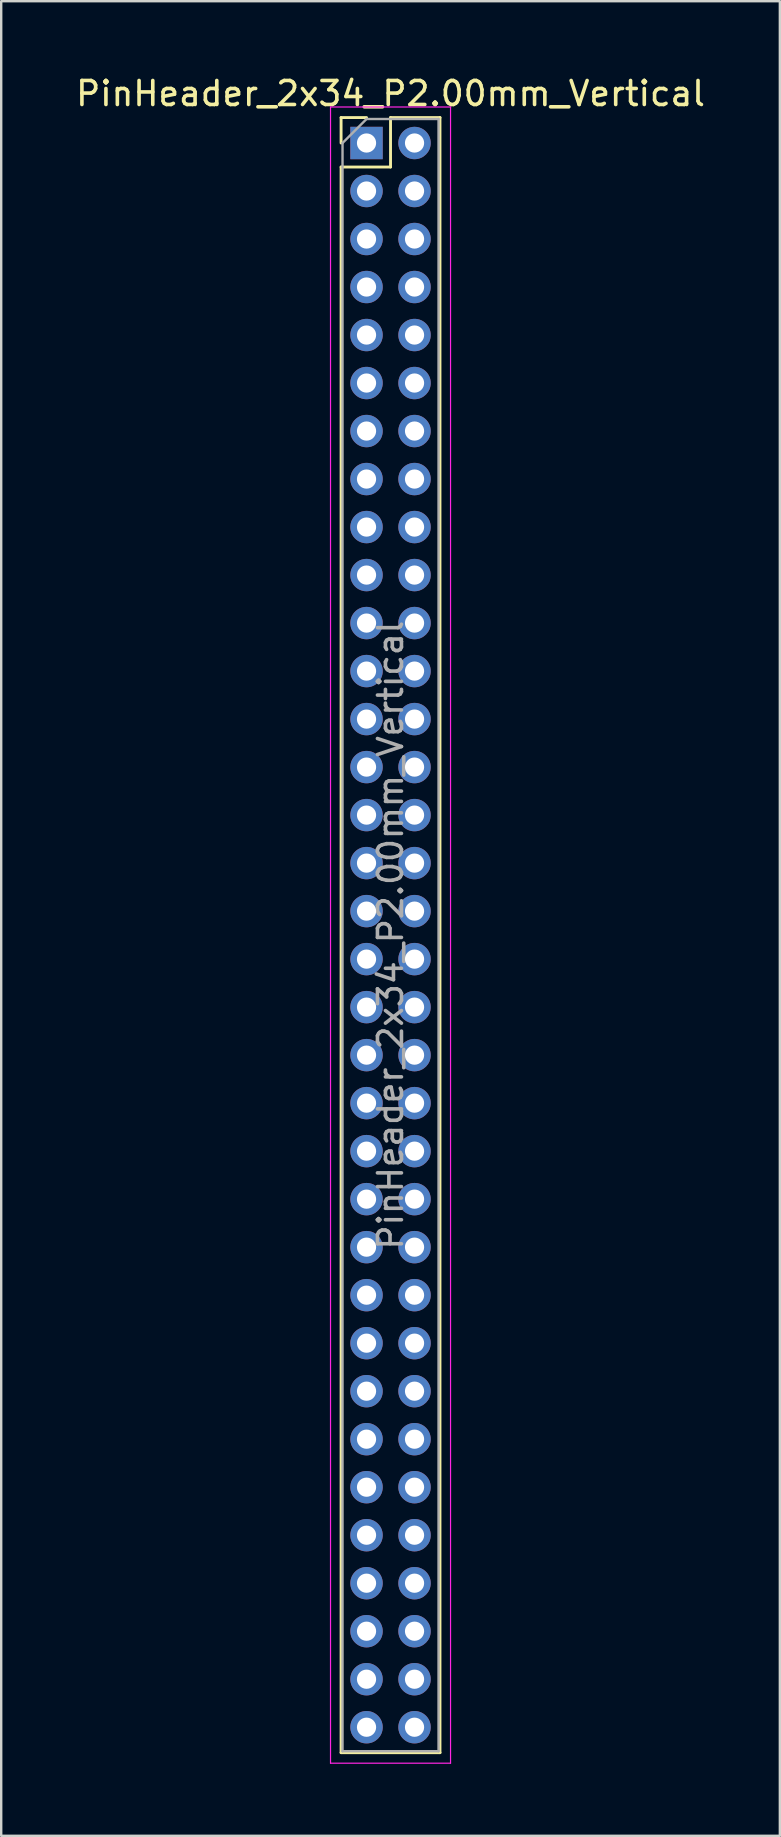
<source format=kicad_pcb>
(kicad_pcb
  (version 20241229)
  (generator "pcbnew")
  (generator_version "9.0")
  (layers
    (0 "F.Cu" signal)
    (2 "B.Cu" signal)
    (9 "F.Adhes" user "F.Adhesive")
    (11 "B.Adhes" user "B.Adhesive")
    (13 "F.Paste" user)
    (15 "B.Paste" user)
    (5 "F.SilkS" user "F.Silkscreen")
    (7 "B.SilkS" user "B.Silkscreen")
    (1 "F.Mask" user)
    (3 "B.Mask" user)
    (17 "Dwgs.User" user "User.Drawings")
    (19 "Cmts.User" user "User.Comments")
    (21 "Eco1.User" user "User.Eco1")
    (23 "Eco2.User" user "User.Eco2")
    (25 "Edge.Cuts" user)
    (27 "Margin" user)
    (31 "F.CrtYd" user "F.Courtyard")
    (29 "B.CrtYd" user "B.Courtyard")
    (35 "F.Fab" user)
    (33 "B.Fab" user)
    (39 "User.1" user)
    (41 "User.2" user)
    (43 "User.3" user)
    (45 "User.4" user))
  (footprint "PinHeader_2x34_P2.00mm_Vertical"
    (layer "F.Cu")
    (at 12.22 2.908)
    (property "Reference" "PinHeader_2x34_P2.00mm_Vertical" (at 1 -2.06 0) (layer "F.SilkS") (effects (font (size 1 1) (thickness 0.15))))
    (attr through_hole)
    (fp_line (start -1.06 -1.06) (end 0 -1.06) (stroke (width 0.12) (type solid)) (layer "F.SilkS"))
    (fp_line (start -1.06 0) (end -1.06 -1.06) (stroke (width 0.12) (type solid)) (layer "F.SilkS"))
    (fp_line (start -1.06 1) (end -1.06 67.06) (stroke (width 0.12) (type solid)) (layer "F.SilkS"))
    (fp_line (start -1.06 1) (end 1 1) (stroke (width 0.12) (type solid)) (layer "F.SilkS"))
    (fp_line (start -1.06 67.06) (end 3.06 67.06) (stroke (width 0.12) (type solid)) (layer "F.SilkS"))
    (fp_line (start 1 -1.06) (end 3.06 -1.06) (stroke (width 0.12) (type solid)) (layer "F.SilkS"))
    (fp_line (start 1 1) (end 1 -1.06) (stroke (width 0.12) (type solid)) (layer "F.SilkS"))
    (fp_line (start 3.06 -1.06) (end 3.06 67.06) (stroke (width 0.12) (type solid)) (layer "F.SilkS"))
    (fp_line (start -1.5 -1.5) (end -1.5 67.5) (stroke (width 0.05) (type solid)) (layer "F.CrtYd"))
    (fp_line (start -1.5 67.5) (end 3.5 67.5) (stroke (width 0.05) (type solid)) (layer "F.CrtYd"))
    (fp_line (start 3.5 -1.5) (end -1.5 -1.5) (stroke (width 0.05) (type solid)) (layer "F.CrtYd"))
    (fp_line (start 3.5 67.5) (end 3.5 -1.5) (stroke (width 0.05) (type solid)) (layer "F.CrtYd"))
    (fp_line (start -1 0) (end 0 -1) (stroke (width 0.1) (type solid)) (layer "F.Fab"))
    (fp_line (start -1 67) (end -1 0) (stroke (width 0.1) (type solid)) (layer "F.Fab"))
    (fp_line (start 0 -1) (end 3 -1) (stroke (width 0.1) (type solid)) (layer "F.Fab"))
    (fp_line (start 3 -1) (end 3 67) (stroke (width 0.1) (type solid)) (layer "F.Fab"))
    (fp_line (start 3 67) (end -1 67) (stroke (width 0.1) (type solid)) (layer "F.Fab"))
    (fp_text user "${REFERENCE}" (at 1 33 90) (layer "F.Fab") (effects (font (size 1 1) (thickness 0.15))))
    (pad "1" thru_hole rect (at 0 0) (size 1.35 1.35) (drill 0.8) (layers "*.Cu" "*.Mask"))
    (pad "2" thru_hole oval (at 2 0) (size 1.35 1.35) (drill 0.8) (layers "*.Cu" "*.Mask"))
    (pad "3" thru_hole oval (at 0 2) (size 1.35 1.35) (drill 0.8) (layers "*.Cu" "*.Mask"))
    (pad "4" thru_hole oval (at 2 2) (size 1.35 1.35) (drill 0.8) (layers "*.Cu" "*.Mask"))
    (pad "5" thru_hole oval (at 0 4) (size 1.35 1.35) (drill 0.8) (layers "*.Cu" "*.Mask"))
    (pad "6" thru_hole oval (at 2 4) (size 1.35 1.35) (drill 0.8) (layers "*.Cu" "*.Mask"))
    (pad "7" thru_hole oval (at 0 6) (size 1.35 1.35) (drill 0.8) (layers "*.Cu" "*.Mask"))
    (pad "8" thru_hole oval (at 2 6) (size 1.35 1.35) (drill 0.8) (layers "*.Cu" "*.Mask"))
    (pad "9" thru_hole oval (at 0 8) (size 1.35 1.35) (drill 0.8) (layers "*.Cu" "*.Mask"))
    (pad "10" thru_hole oval (at 2 8) (size 1.35 1.35) (drill 0.8) (layers "*.Cu" "*.Mask"))
    (pad "11" thru_hole oval (at 0 10) (size 1.35 1.35) (drill 0.8) (layers "*.Cu" "*.Mask"))
    (pad "12" thru_hole oval (at 2 10) (size 1.35 1.35) (drill 0.8) (layers "*.Cu" "*.Mask"))
    (pad "13" thru_hole oval (at 0 12) (size 1.35 1.35) (drill 0.8) (layers "*.Cu" "*.Mask"))
    (pad "14" thru_hole oval (at 2 12) (size 1.35 1.35) (drill 0.8) (layers "*.Cu" "*.Mask"))
    (pad "15" thru_hole oval (at 0 14) (size 1.35 1.35) (drill 0.8) (layers "*.Cu" "*.Mask"))
    (pad "16" thru_hole oval (at 2 14) (size 1.35 1.35) (drill 0.8) (layers "*.Cu" "*.Mask"))
    (pad "17" thru_hole oval (at 0 16) (size 1.35 1.35) (drill 0.8) (layers "*.Cu" "*.Mask"))
    (pad "18" thru_hole oval (at 2 16) (size 1.35 1.35) (drill 0.8) (layers "*.Cu" "*.Mask"))
    (pad "19" thru_hole oval (at 0 18) (size 1.35 1.35) (drill 0.8) (layers "*.Cu" "*.Mask"))
    (pad "20" thru_hole oval (at 2 18) (size 1.35 1.35) (drill 0.8) (layers "*.Cu" "*.Mask"))
    (pad "21" thru_hole oval (at 0 20) (size 1.35 1.35) (drill 0.8) (layers "*.Cu" "*.Mask"))
    (pad "22" thru_hole oval (at 2 20) (size 1.35 1.35) (drill 0.8) (layers "*.Cu" "*.Mask"))
    (pad "23" thru_hole oval (at 0 22) (size 1.35 1.35) (drill 0.8) (layers "*.Cu" "*.Mask"))
    (pad "24" thru_hole oval (at 2 22) (size 1.35 1.35) (drill 0.8) (layers "*.Cu" "*.Mask"))
    (pad "25" thru_hole oval (at 0 24) (size 1.35 1.35) (drill 0.8) (layers "*.Cu" "*.Mask"))
    (pad "26" thru_hole oval (at 2 24) (size 1.35 1.35) (drill 0.8) (layers "*.Cu" "*.Mask"))
    (pad "27" thru_hole oval (at 0 26) (size 1.35 1.35) (drill 0.8) (layers "*.Cu" "*.Mask"))
    (pad "28" thru_hole oval (at 2 26) (size 1.35 1.35) (drill 0.8) (layers "*.Cu" "*.Mask"))
    (pad "29" thru_hole oval (at 0 28) (size 1.35 1.35) (drill 0.8) (layers "*.Cu" "*.Mask"))
    (pad "30" thru_hole oval (at 2 28) (size 1.35 1.35) (drill 0.8) (layers "*.Cu" "*.Mask"))
    (pad "31" thru_hole oval (at 0 30) (size 1.35 1.35) (drill 0.8) (layers "*.Cu" "*.Mask"))
    (pad "32" thru_hole oval (at 2 30) (size 1.35 1.35) (drill 0.8) (layers "*.Cu" "*.Mask"))
    (pad "33" thru_hole oval (at 0 32) (size 1.35 1.35) (drill 0.8) (layers "*.Cu" "*.Mask"))
    (pad "34" thru_hole oval (at 2 32) (size 1.35 1.35) (drill 0.8) (layers "*.Cu" "*.Mask"))
    (pad "35" thru_hole oval (at 0 34) (size 1.35 1.35) (drill 0.8) (layers "*.Cu" "*.Mask"))
    (pad "36" thru_hole oval (at 2 34) (size 1.35 1.35) (drill 0.8) (layers "*.Cu" "*.Mask"))
    (pad "37" thru_hole oval (at 0 36) (size 1.35 1.35) (drill 0.8) (layers "*.Cu" "*.Mask"))
    (pad "38" thru_hole oval (at 2 36) (size 1.35 1.35) (drill 0.8) (layers "*.Cu" "*.Mask"))
    (pad "39" thru_hole oval (at 0 38) (size 1.35 1.35) (drill 0.8) (layers "*.Cu" "*.Mask"))
    (pad "40" thru_hole oval (at 2 38) (size 1.35 1.35) (drill 0.8) (layers "*.Cu" "*.Mask"))
    (pad "41" thru_hole oval (at 0 40) (size 1.35 1.35) (drill 0.8) (layers "*.Cu" "*.Mask"))
    (pad "42" thru_hole oval (at 2 40) (size 1.35 1.35) (drill 0.8) (layers "*.Cu" "*.Mask"))
    (pad "43" thru_hole oval (at 0 42) (size 1.35 1.35) (drill 0.8) (layers "*.Cu" "*.Mask"))
    (pad "44" thru_hole oval (at 2 42) (size 1.35 1.35) (drill 0.8) (layers "*.Cu" "*.Mask"))
    (pad "45" thru_hole oval (at 0 44) (size 1.35 1.35) (drill 0.8) (layers "*.Cu" "*.Mask"))
    (pad "46" thru_hole oval (at 2 44) (size 1.35 1.35) (drill 0.8) (layers "*.Cu" "*.Mask"))
    (pad "47" thru_hole oval (at 0 46) (size 1.35 1.35) (drill 0.8) (layers "*.Cu" "*.Mask"))
    (pad "48" thru_hole oval (at 2 46) (size 1.35 1.35) (drill 0.8) (layers "*.Cu" "*.Mask"))
    (pad "49" thru_hole oval (at 0 48) (size 1.35 1.35) (drill 0.8) (layers "*.Cu" "*.Mask"))
    (pad "50" thru_hole oval (at 2 48) (size 1.35 1.35) (drill 0.8) (layers "*.Cu" "*.Mask"))
    (pad "51" thru_hole oval (at 0 50) (size 1.35 1.35) (drill 0.8) (layers "*.Cu" "*.Mask"))
    (pad "52" thru_hole oval (at 2 50) (size 1.35 1.35) (drill 0.8) (layers "*.Cu" "*.Mask"))
    (pad "53" thru_hole oval (at 0 52) (size 1.35 1.35) (drill 0.8) (layers "*.Cu" "*.Mask"))
    (pad "54" thru_hole oval (at 2 52) (size 1.35 1.35) (drill 0.8) (layers "*.Cu" "*.Mask"))
    (pad "55" thru_hole oval (at 0 54) (size 1.35 1.35) (drill 0.8) (layers "*.Cu" "*.Mask"))
    (pad "56" thru_hole oval (at 2 54) (size 1.35 1.35) (drill 0.8) (layers "*.Cu" "*.Mask"))
    (pad "57" thru_hole oval (at 0 56) (size 1.35 1.35) (drill 0.8) (layers "*.Cu" "*.Mask"))
    (pad "58" thru_hole oval (at 2 56) (size 1.35 1.35) (drill 0.8) (layers "*.Cu" "*.Mask"))
    (pad "59" thru_hole oval (at 0 58) (size 1.35 1.35) (drill 0.8) (layers "*.Cu" "*.Mask"))
    (pad "60" thru_hole oval (at 2 58) (size 1.35 1.35) (drill 0.8) (layers "*.Cu" "*.Mask"))
    (pad "61" thru_hole oval (at 0 60) (size 1.35 1.35) (drill 0.8) (layers "*.Cu" "*.Mask"))
    (pad "62" thru_hole oval (at 2 60) (size 1.35 1.35) (drill 0.8) (layers "*.Cu" "*.Mask"))
    (pad "63" thru_hole oval (at 0 62) (size 1.35 1.35) (drill 0.8) (layers "*.Cu" "*.Mask"))
    (pad "64" thru_hole oval (at 2 62) (size 1.35 1.35) (drill 0.8) (layers "*.Cu" "*.Mask"))
    (pad "65" thru_hole oval (at 0 64) (size 1.35 1.35) (drill 0.8) (layers "*.Cu" "*.Mask"))
    (pad "66" thru_hole oval (at 2 64) (size 1.35 1.35) (drill 0.8) (layers "*.Cu" "*.Mask"))
    (pad "67" thru_hole oval (at 0 66) (size 1.35 1.35) (drill 0.8) (layers "*.Cu" "*.Mask"))
    (pad "68" thru_hole oval (at 2 66) (size 1.35 1.35) (drill 0.8) (layers "*.Cu" "*.Mask")))
  (gr_rect
    (start -3 -3)
    (end 29.44 73.433)
    (stroke (width 0.1) (type default))
    (fill no)
    (layer "Edge.Cuts")))
</source>
